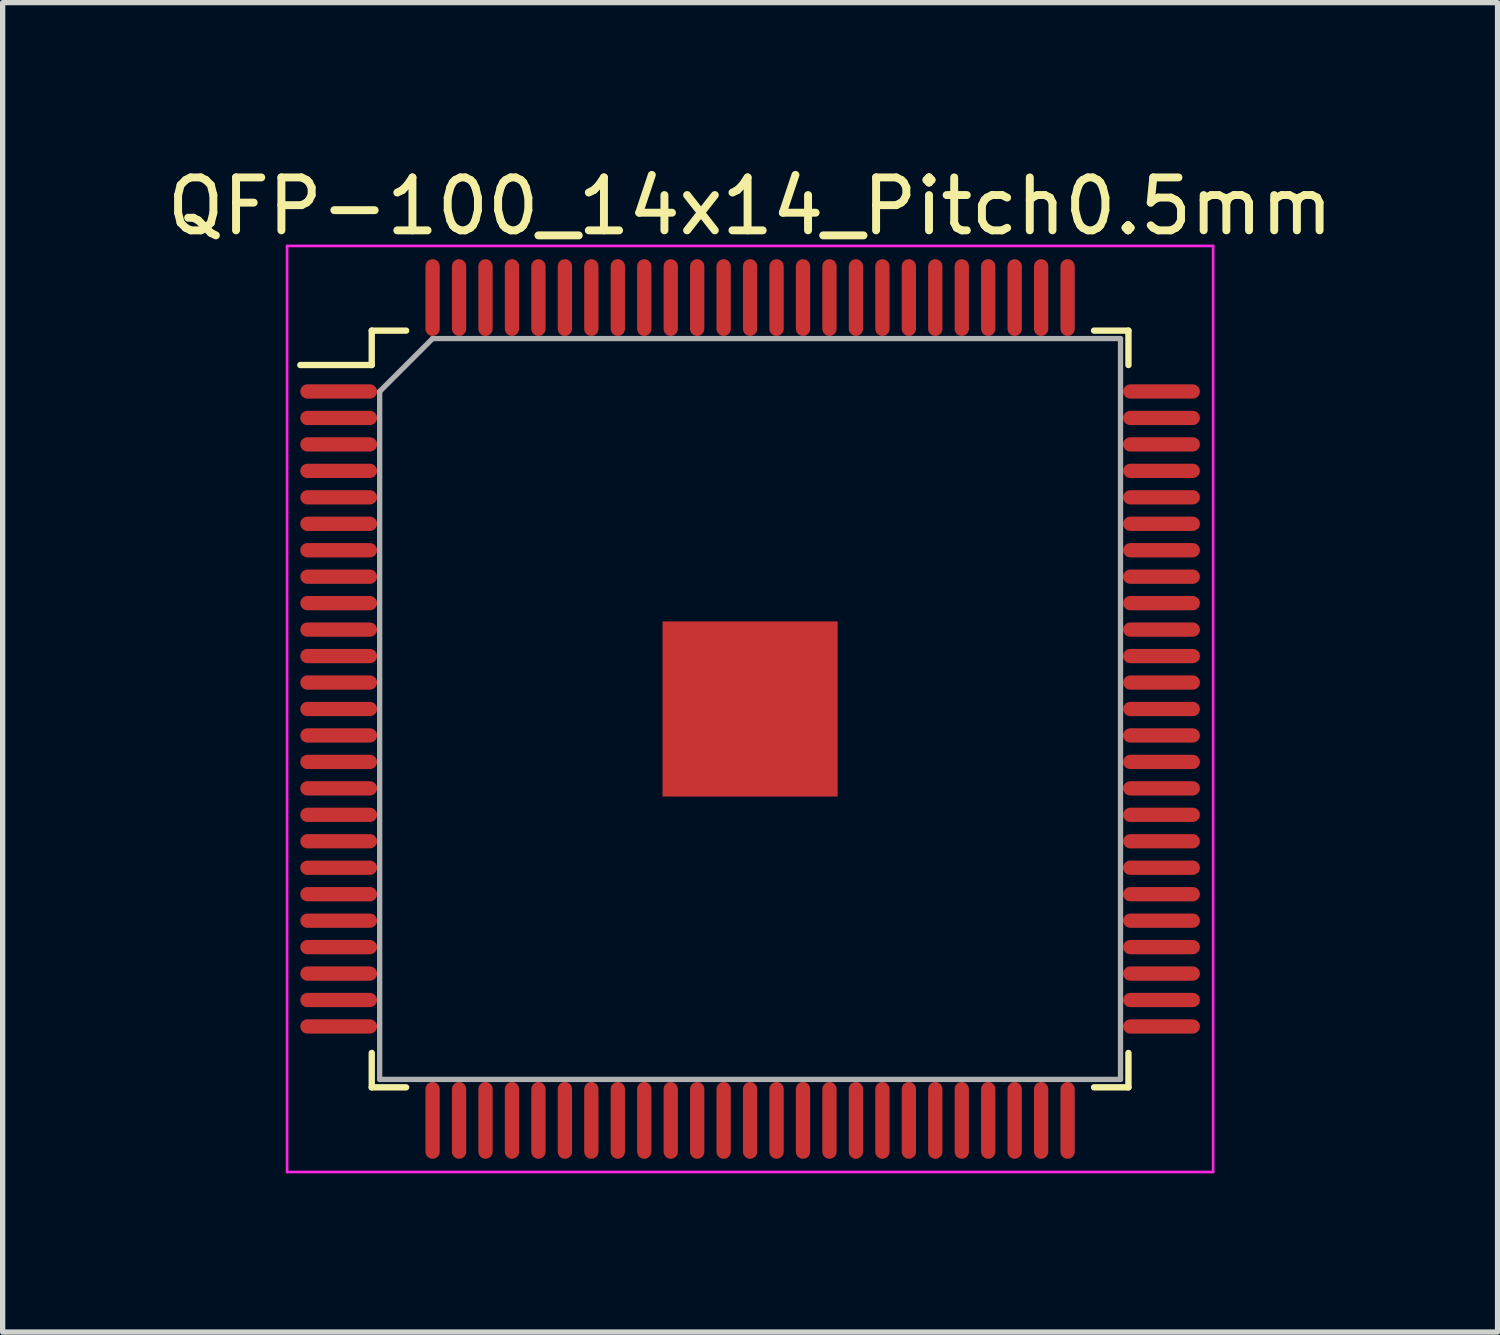
<source format=kicad_pcb>
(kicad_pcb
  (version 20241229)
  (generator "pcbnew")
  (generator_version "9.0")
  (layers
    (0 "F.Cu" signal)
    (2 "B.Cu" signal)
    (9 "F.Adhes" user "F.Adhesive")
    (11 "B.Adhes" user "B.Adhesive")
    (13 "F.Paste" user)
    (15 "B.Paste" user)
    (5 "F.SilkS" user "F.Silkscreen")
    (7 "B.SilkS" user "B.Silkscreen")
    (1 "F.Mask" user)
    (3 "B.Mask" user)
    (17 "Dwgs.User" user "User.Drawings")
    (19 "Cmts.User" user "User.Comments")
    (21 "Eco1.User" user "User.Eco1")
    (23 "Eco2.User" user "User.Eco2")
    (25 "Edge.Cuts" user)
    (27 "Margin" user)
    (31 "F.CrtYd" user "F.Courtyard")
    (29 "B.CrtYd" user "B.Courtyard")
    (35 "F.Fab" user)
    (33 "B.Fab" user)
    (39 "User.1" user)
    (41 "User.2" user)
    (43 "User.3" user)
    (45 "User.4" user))
  (footprint "QFP-100_14x14_Pitch0.5mm"
    (layer "F.Cu")
    (at 11.125 10.348)
    (property "Reference" "QFP-100_14x14_Pitch0.5mm" (at 0 -9.5 0) (layer "F.SilkS") (effects (font (size 1 1) (thickness 0.15))))
    (attr smd)
    (fp_line (start -7.15 -7.15) (end -7.15 -6.5) (stroke (width 0.12) (type default)) (layer "F.SilkS"))
    (fp_line (start -7.15 -6.5) (end -8.5 -6.5) (stroke (width 0.12) (type default)) (layer "F.SilkS"))
    (fp_line (start -7.15 7.15) (end -7.15 6.5) (stroke (width 0.12) (type default)) (layer "F.SilkS"))
    (fp_line (start -6.5 -7.15) (end -7.15 -7.15) (stroke (width 0.12) (type default)) (layer "F.SilkS"))
    (fp_line (start -6.5 7.15) (end -7.15 7.15) (stroke (width 0.12) (type default)) (layer "F.SilkS"))
    (fp_line (start 6.5 -7.15) (end 7.15 -7.15) (stroke (width 0.12) (type default)) (layer "F.SilkS"))
    (fp_line (start 6.5 7.15) (end 7.15 7.15) (stroke (width 0.12) (type default)) (layer "F.SilkS"))
    (fp_line (start 7.15 -7.15) (end 7.15 -6.5) (stroke (width 0.12) (type default)) (layer "F.SilkS"))
    (fp_line (start 7.15 7.15) (end 7.15 6.5) (stroke (width 0.12) (type default)) (layer "F.SilkS"))
    (fp_line (start -8.75 -8.75) (end 8.75 -8.75) (stroke (width 0.05) (type default)) (layer "F.CrtYd"))
    (fp_line (start -8.75 8.75) (end -8.75 -8.75) (stroke (width 0.05) (type default)) (layer "F.CrtYd"))
    (fp_line (start 8.75 -8.75) (end 8.75 8.75) (stroke (width 0.05) (type default)) (layer "F.CrtYd"))
    (fp_line (start 8.75 8.75) (end -8.75 8.75) (stroke (width 0.05) (type default)) (layer "F.CrtYd"))
    (fp_line (start -7 -6) (end -7 7) (stroke (width 0.1) (type default)) (layer "F.Fab"))
    (fp_line (start -7 7) (end 7 7) (stroke (width 0.1) (type default)) (layer "F.Fab"))
    (fp_line (start -6 -7) (end -7 -6) (stroke (width 0.1) (type default)) (layer "F.Fab"))
    (fp_line (start 7 -7) (end -6 -7) (stroke (width 0.1) (type default)) (layer "F.Fab"))
    (fp_line (start 7 7) (end 7 -7) (stroke (width 0.1) (type default)) (layer "F.Fab"))
    (pad "1" smd oval (at -7.775 -6 90) (size 0.27 1.45) (layers "F.Cu" "F.Mask" "F.Paste"))
    (pad "2" smd oval (at -7.775 -5.5 90) (size 0.27 1.45) (layers "F.Cu" "F.Mask" "F.Paste"))
    (pad "3" smd oval (at -7.775 -5 90) (size 0.27 1.45) (layers "F.Cu" "F.Mask" "F.Paste"))
    (pad "4" smd oval (at -7.775 -4.5 90) (size 0.27 1.45) (layers "F.Cu" "F.Mask" "F.Paste"))
    (pad "5" smd oval (at -7.775 -4 90) (size 0.27 1.45) (layers "F.Cu" "F.Mask" "F.Paste"))
    (pad "6" smd oval (at -7.775 -3.5 90) (size 0.27 1.45) (layers "F.Cu" "F.Mask" "F.Paste"))
    (pad "7" smd oval (at -7.775 -3 90) (size 0.27 1.45) (layers "F.Cu" "F.Mask" "F.Paste"))
    (pad "8" smd oval (at -7.775 -2.5 90) (size 0.27 1.45) (layers "F.Cu" "F.Mask" "F.Paste"))
    (pad "9" smd oval (at -7.775 -2 90) (size 0.27 1.45) (layers "F.Cu" "F.Mask" "F.Paste"))
    (pad "10" smd oval (at -7.775 -1.5 90) (size 0.27 1.45) (layers "F.Cu" "F.Mask" "F.Paste"))
    (pad "11" smd oval (at -7.775 -1 90) (size 0.27 1.45) (layers "F.Cu" "F.Mask" "F.Paste"))
    (pad "12" smd oval (at -7.775 -0.5 90) (size 0.27 1.45) (layers "F.Cu" "F.Mask" "F.Paste"))
    (pad "13" smd oval (at -7.775 0 90) (size 0.27 1.45) (layers "F.Cu" "F.Mask" "F.Paste"))
    (pad "14" smd oval (at -7.775 0.5 90) (size 0.27 1.45) (layers "F.Cu" "F.Mask" "F.Paste"))
    (pad "15" smd oval (at -7.775 1 90) (size 0.27 1.45) (layers "F.Cu" "F.Mask" "F.Paste"))
    (pad "16" smd oval (at -7.775 1.5 90) (size 0.27 1.45) (layers "F.Cu" "F.Mask" "F.Paste"))
    (pad "17" smd oval (at -7.775 2 90) (size 0.27 1.45) (layers "F.Cu" "F.Mask" "F.Paste"))
    (pad "18" smd oval (at -7.775 2.5 90) (size 0.27 1.45) (layers "F.Cu" "F.Mask" "F.Paste"))
    (pad "19" smd oval (at -7.775 3 90) (size 0.27 1.45) (layers "F.Cu" "F.Mask" "F.Paste"))
    (pad "20" smd oval (at -7.775 3.5 90) (size 0.27 1.45) (layers "F.Cu" "F.Mask" "F.Paste"))
    (pad "21" smd oval (at -7.775 4 90) (size 0.27 1.45) (layers "F.Cu" "F.Mask" "F.Paste"))
    (pad "22" smd oval (at -7.775 4.5 90) (size 0.27 1.45) (layers "F.Cu" "F.Mask" "F.Paste"))
    (pad "23" smd oval (at -7.775 5 90) (size 0.27 1.45) (layers "F.Cu" "F.Mask" "F.Paste"))
    (pad "24" smd oval (at -7.775 5.5 90) (size 0.27 1.45) (layers "F.Cu" "F.Mask" "F.Paste"))
    (pad "25" smd oval (at -7.775 6 90) (size 0.27 1.45) (layers "F.Cu" "F.Mask" "F.Paste"))
    (pad "26" smd oval (at -6 7.775) (size 0.27 1.45) (layers "F.Cu" "F.Mask" "F.Paste"))
    (pad "27" smd oval (at -5.5 7.775) (size 0.27 1.45) (layers "F.Cu" "F.Mask" "F.Paste"))
    (pad "28" smd oval (at -5 7.775) (size 0.27 1.45) (layers "F.Cu" "F.Mask" "F.Paste"))
    (pad "29" smd oval (at -4.5 7.775) (size 0.27 1.45) (layers "F.Cu" "F.Mask" "F.Paste"))
    (pad "30" smd oval (at -4 7.775) (size 0.27 1.45) (layers "F.Cu" "F.Mask" "F.Paste"))
    (pad "31" smd oval (at -3.5 7.775) (size 0.27 1.45) (layers "F.Cu" "F.Mask" "F.Paste"))
    (pad "32" smd oval (at -3 7.775) (size 0.27 1.45) (layers "F.Cu" "F.Mask" "F.Paste"))
    (pad "33" smd oval (at -2.5 7.775) (size 0.27 1.45) (layers "F.Cu" "F.Mask" "F.Paste"))
    (pad "34" smd oval (at -2 7.775) (size 0.27 1.45) (layers "F.Cu" "F.Mask" "F.Paste"))
    (pad "35" smd oval (at -1.5 7.775) (size 0.27 1.45) (layers "F.Cu" "F.Mask" "F.Paste"))
    (pad "36" smd oval (at -1 7.775) (size 0.27 1.45) (layers "F.Cu" "F.Mask" "F.Paste"))
    (pad "37" smd oval (at -0.5 7.775) (size 0.27 1.45) (layers "F.Cu" "F.Mask" "F.Paste"))
    (pad "38" smd oval (at 0 7.775) (size 0.27 1.45) (layers "F.Cu" "F.Mask" "F.Paste"))
    (pad "39" smd oval (at 0.5 7.775) (size 0.27 1.45) (layers "F.Cu" "F.Mask" "F.Paste"))
    (pad "40" smd oval (at 1 7.775) (size 0.27 1.45) (layers "F.Cu" "F.Mask" "F.Paste"))
    (pad "41" smd oval (at 1.5 7.775) (size 0.27 1.45) (layers "F.Cu" "F.Mask" "F.Paste"))
    (pad "42" smd oval (at 2 7.775) (size 0.27 1.45) (layers "F.Cu" "F.Mask" "F.Paste"))
    (pad "43" smd oval (at 2.5 7.775) (size 0.27 1.45) (layers "F.Cu" "F.Mask" "F.Paste"))
    (pad "44" smd oval (at 3 7.775) (size 0.27 1.45) (layers "F.Cu" "F.Mask" "F.Paste"))
    (pad "45" smd oval (at 3.5 7.775) (size 0.27 1.45) (layers "F.Cu" "F.Mask" "F.Paste"))
    (pad "46" smd oval (at 4 7.775) (size 0.27 1.45) (layers "F.Cu" "F.Mask" "F.Paste"))
    (pad "47" smd oval (at 4.5 7.775) (size 0.27 1.45) (layers "F.Cu" "F.Mask" "F.Paste"))
    (pad "48" smd oval (at 5 7.775) (size 0.27 1.45) (layers "F.Cu" "F.Mask" "F.Paste"))
    (pad "49" smd oval (at 5.5 7.775) (size 0.27 1.45) (layers "F.Cu" "F.Mask" "F.Paste"))
    (pad "50" smd oval (at 6 7.775) (size 0.27 1.45) (layers "F.Cu" "F.Mask" "F.Paste"))
    (pad "51" smd oval (at 7.775 6 90) (size 0.27 1.45) (layers "F.Cu" "F.Mask" "F.Paste"))
    (pad "52" smd oval (at 7.775 5.5 90) (size 0.27 1.45) (layers "F.Cu" "F.Mask" "F.Paste"))
    (pad "53" smd oval (at 7.775 5 90) (size 0.27 1.45) (layers "F.Cu" "F.Mask" "F.Paste"))
    (pad "54" smd oval (at 7.775 4.5 90) (size 0.27 1.45) (layers "F.Cu" "F.Mask" "F.Paste"))
    (pad "55" smd oval (at 7.775 4 90) (size 0.27 1.45) (layers "F.Cu" "F.Mask" "F.Paste"))
    (pad "56" smd oval (at 7.775 3.5 90) (size 0.27 1.45) (layers "F.Cu" "F.Mask" "F.Paste"))
    (pad "57" smd oval (at 7.775 3 90) (size 0.27 1.45) (layers "F.Cu" "F.Mask" "F.Paste"))
    (pad "58" smd oval (at 7.775 2.5 90) (size 0.27 1.45) (layers "F.Cu" "F.Mask" "F.Paste"))
    (pad "59" smd oval (at 7.775 2 90) (size 0.27 1.45) (layers "F.Cu" "F.Mask" "F.Paste"))
    (pad "60" smd oval (at 7.775 1.5 90) (size 0.27 1.45) (layers "F.Cu" "F.Mask" "F.Paste"))
    (pad "61" smd oval (at 7.775 1 90) (size 0.27 1.45) (layers "F.Cu" "F.Mask" "F.Paste"))
    (pad "62" smd oval (at 7.775 0.5 90) (size 0.27 1.45) (layers "F.Cu" "F.Mask" "F.Paste"))
    (pad "63" smd oval (at 7.775 0 90) (size 0.27 1.45) (layers "F.Cu" "F.Mask" "F.Paste"))
    (pad "64" smd oval (at 7.775 -0.5 90) (size 0.27 1.45) (layers "F.Cu" "F.Mask" "F.Paste"))
    (pad "65" smd oval (at 7.775 -1 90) (size 0.27 1.45) (layers "F.Cu" "F.Mask" "F.Paste"))
    (pad "66" smd oval (at 7.775 -1.5 90) (size 0.27 1.45) (layers "F.Cu" "F.Mask" "F.Paste"))
    (pad "67" smd oval (at 7.775 -2 90) (size 0.27 1.45) (layers "F.Cu" "F.Mask" "F.Paste"))
    (pad "68" smd oval (at 7.775 -2.5 90) (size 0.27 1.45) (layers "F.Cu" "F.Mask" "F.Paste"))
    (pad "69" smd oval (at 7.775 -3 90) (size 0.27 1.45) (layers "F.Cu" "F.Mask" "F.Paste"))
    (pad "70" smd oval (at 7.775 -3.5 90) (size 0.27 1.45) (layers "F.Cu" "F.Mask" "F.Paste"))
    (pad "71" smd oval (at 7.775 -4 90) (size 0.27 1.45) (layers "F.Cu" "F.Mask" "F.Paste"))
    (pad "72" smd oval (at 7.775 -4.5 90) (size 0.27 1.45) (layers "F.Cu" "F.Mask" "F.Paste"))
    (pad "73" smd oval (at 7.775 -5 90) (size 0.27 1.45) (layers "F.Cu" "F.Mask" "F.Paste"))
    (pad "74" smd oval (at 7.775 -5.5 90) (size 0.27 1.45) (layers "F.Cu" "F.Mask" "F.Paste"))
    (pad "75" smd oval (at 7.775 -6 90) (size 0.27 1.45) (layers "F.Cu" "F.Mask" "F.Paste"))
    (pad "76" smd oval (at 6 -7.775) (size 0.27 1.45) (layers "F.Cu" "F.Mask" "F.Paste"))
    (pad "77" smd oval (at 5.5 -7.775) (size 0.27 1.45) (layers "F.Cu" "F.Mask" "F.Paste"))
    (pad "78" smd oval (at 5 -7.775) (size 0.27 1.45) (layers "F.Cu" "F.Mask" "F.Paste"))
    (pad "79" smd oval (at 4.5 -7.775) (size 0.27 1.45) (layers "F.Cu" "F.Mask" "F.Paste"))
    (pad "80" smd oval (at 4 -7.775) (size 0.27 1.45) (layers "F.Cu" "F.Mask" "F.Paste"))
    (pad "81" smd oval (at 3.5 -7.775) (size 0.27 1.45) (layers "F.Cu" "F.Mask" "F.Paste"))
    (pad "82" smd oval (at 3 -7.775) (size 0.27 1.45) (layers "F.Cu" "F.Mask" "F.Paste"))
    (pad "83" smd oval (at 2.5 -7.775) (size 0.27 1.45) (layers "F.Cu" "F.Mask" "F.Paste"))
    (pad "84" smd oval (at 2 -7.775) (size 0.27 1.45) (layers "F.Cu" "F.Mask" "F.Paste"))
    (pad "85" smd oval (at 1.5 -7.775) (size 0.27 1.45) (layers "F.Cu" "F.Mask" "F.Paste"))
    (pad "86" smd oval (at 1 -7.775) (size 0.27 1.45) (layers "F.Cu" "F.Mask" "F.Paste"))
    (pad "87" smd oval (at 0.5 -7.775) (size 0.27 1.45) (layers "F.Cu" "F.Mask" "F.Paste"))
    (pad "88" smd oval (at 0 -7.775) (size 0.27 1.45) (layers "F.Cu" "F.Mask" "F.Paste"))
    (pad "89" smd oval (at -0.5 -7.775) (size 0.27 1.45) (layers "F.Cu" "F.Mask" "F.Paste"))
    (pad "90" smd oval (at -1 -7.775) (size 0.27 1.45) (layers "F.Cu" "F.Mask" "F.Paste"))
    (pad "91" smd oval (at -1.5 -7.775) (size 0.27 1.45) (layers "F.Cu" "F.Mask" "F.Paste"))
    (pad "92" smd oval (at -2 -7.775) (size 0.27 1.45) (layers "F.Cu" "F.Mask" "F.Paste"))
    (pad "93" smd oval (at -2.5 -7.775) (size 0.27 1.45) (layers "F.Cu" "F.Mask" "F.Paste"))
    (pad "94" smd oval (at -3 -7.775) (size 0.27 1.45) (layers "F.Cu" "F.Mask" "F.Paste"))
    (pad "95" smd oval (at -3.5 -7.775) (size 0.27 1.45) (layers "F.Cu" "F.Mask" "F.Paste"))
    (pad "96" smd oval (at -4 -7.775) (size 0.27 1.45) (layers "F.Cu" "F.Mask" "F.Paste"))
    (pad "97" smd oval (at -4.5 -7.775) (size 0.27 1.45) (layers "F.Cu" "F.Mask" "F.Paste"))
    (pad "98" smd oval (at -5 -7.775) (size 0.27 1.45) (layers "F.Cu" "F.Mask" "F.Paste"))
    (pad "99" smd oval (at -5.5 -7.775) (size 0.27 1.45) (layers "F.Cu" "F.Mask" "F.Paste"))
    (pad "100" smd oval (at -6 -7.775) (size 0.27 1.45) (layers "F.Cu" "F.Mask" "F.Paste"))
    (pad "101" smd rect (at 0 0) (size 3.31 3.31) (layers "F.Cu" "F.Mask" "F.Paste")))
  (gr_rect
    (start -3 -3)
    (end 25.25 22.123)
    (stroke (width 0.1) (type default))
    (fill no)
    (layer "Edge.Cuts")))
</source>
